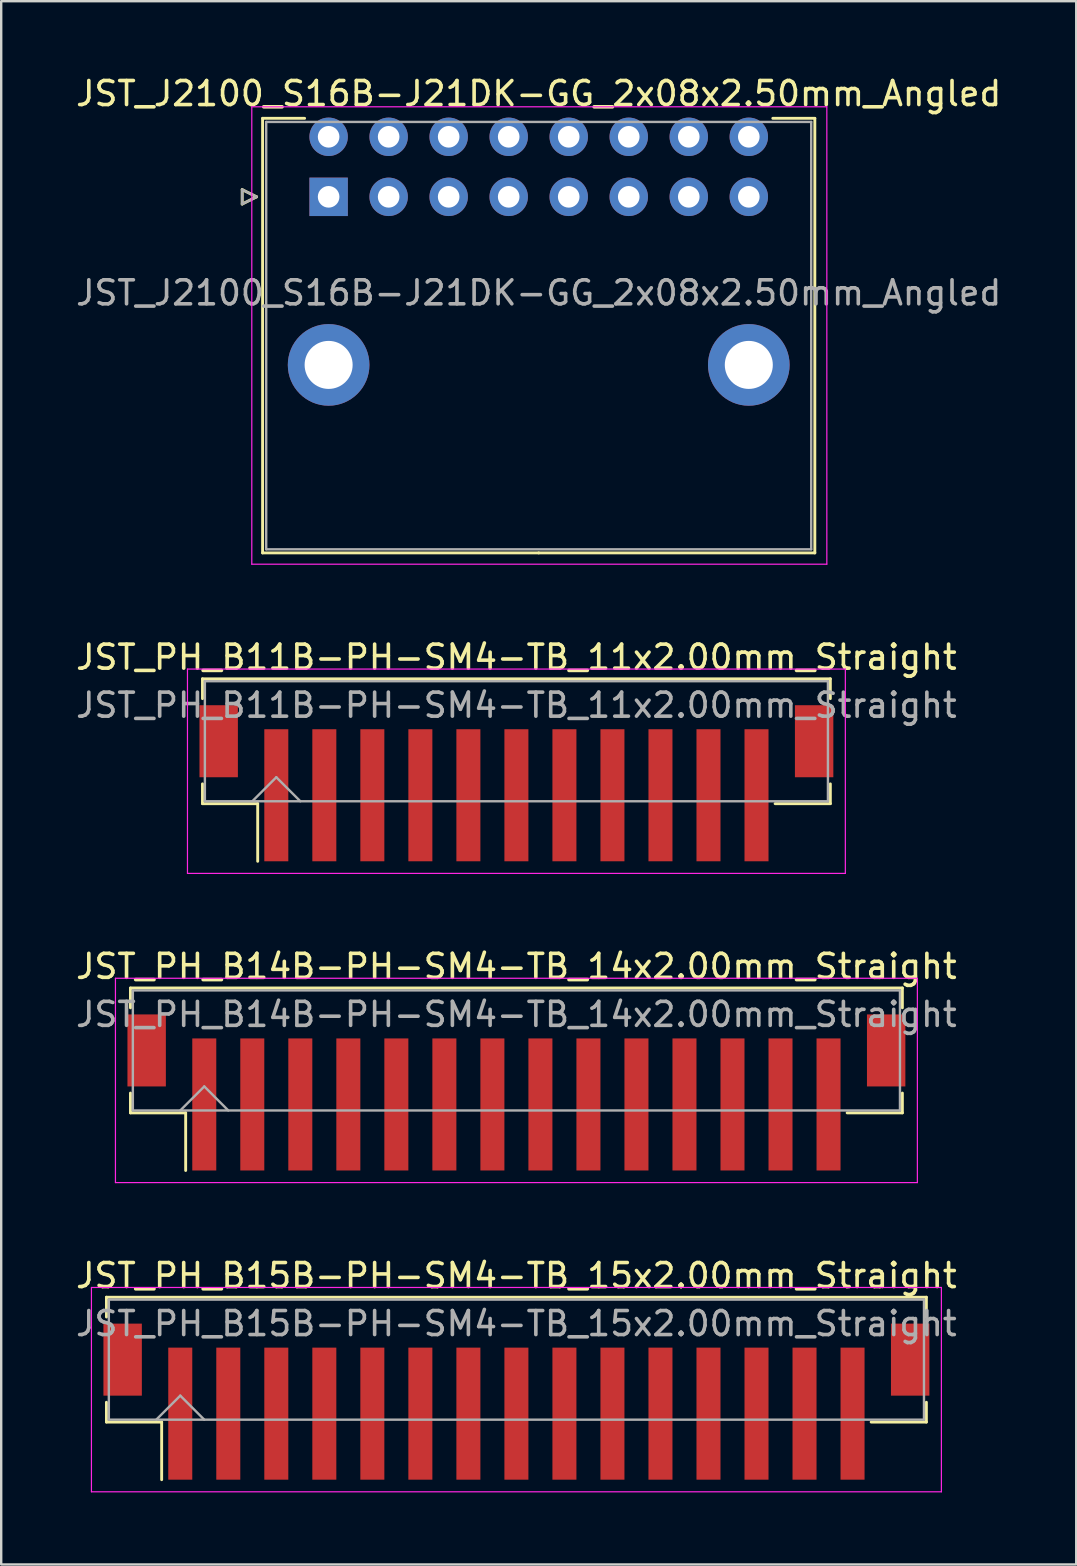
<source format=kicad_pcb>
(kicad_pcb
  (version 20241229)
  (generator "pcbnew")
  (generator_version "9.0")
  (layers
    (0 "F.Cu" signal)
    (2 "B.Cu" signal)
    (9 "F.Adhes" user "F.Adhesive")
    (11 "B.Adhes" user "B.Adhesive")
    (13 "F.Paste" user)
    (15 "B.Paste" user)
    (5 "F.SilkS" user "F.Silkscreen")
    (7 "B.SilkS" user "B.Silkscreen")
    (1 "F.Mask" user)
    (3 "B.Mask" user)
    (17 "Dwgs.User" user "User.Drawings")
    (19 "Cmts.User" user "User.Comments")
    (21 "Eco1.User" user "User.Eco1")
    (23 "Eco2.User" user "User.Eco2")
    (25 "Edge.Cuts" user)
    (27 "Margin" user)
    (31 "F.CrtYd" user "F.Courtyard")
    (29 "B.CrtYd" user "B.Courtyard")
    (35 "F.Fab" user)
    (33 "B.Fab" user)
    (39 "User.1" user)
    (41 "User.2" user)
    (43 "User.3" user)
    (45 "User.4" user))
  (footprint "JST_PH_B11B-PH-SM4-TB_11x2.00mm_Straight"
    (layer "F.Cu")
    (at 18.458 28.947)
    (property "Reference" "JST_PH_B11B-PH-SM4-TB_11x2.00mm_Straight" (at 0 -4.625 0) (layer "F.SilkS") (effects (font (size 1 1) (thickness 0.15))))
    (attr smd)
    (fp_line (start -13.075 -3.725) (end 13.075 -3.725) (stroke (width 0.12) (type solid)) (layer "F.SilkS"))
    (fp_line (start -13.075 -2.9) (end -13.075 -3.725) (stroke (width 0.12) (type solid)) (layer "F.SilkS"))
    (fp_line (start -13.075 0.65) (end -13.075 1.475) (stroke (width 0.12) (type solid)) (layer "F.SilkS"))
    (fp_line (start -13.075 1.475) (end -10.775 1.475) (stroke (width 0.12) (type solid)) (layer "F.SilkS"))
    (fp_line (start -10.775 1.475) (end -10.775 3.875) (stroke (width 0.12) (type solid)) (layer "F.SilkS"))
    (fp_line (start 13.075 -3.725) (end 13.075 -2.9) (stroke (width 0.12) (type solid)) (layer "F.SilkS"))
    (fp_line (start 13.075 0.65) (end 13.075 1.475) (stroke (width 0.12) (type solid)) (layer "F.SilkS"))
    (fp_line (start 13.075 1.475) (end 10.775 1.475) (stroke (width 0.12) (type solid)) (layer "F.SilkS"))
    (fp_line (start -13.7 -4.13) (end -13.7 4.38) (stroke (width 0.05) (type solid)) (layer "F.CrtYd"))
    (fp_line (start -13.7 4.38) (end 13.7 4.38) (stroke (width 0.05) (type solid)) (layer "F.CrtYd"))
    (fp_line (start 13.7 -4.13) (end -13.7 -4.13) (stroke (width 0.05) (type solid)) (layer "F.CrtYd"))
    (fp_line (start 13.7 4.38) (end 13.7 -4.13) (stroke (width 0.05) (type solid)) (layer "F.CrtYd"))
    (fp_line (start -12.975 -3.625) (end -12.975 1.375) (stroke (width 0.1) (type solid)) (layer "F.Fab"))
    (fp_line (start -12.975 1.375) (end 12.975 1.375) (stroke (width 0.1) (type solid)) (layer "F.Fab"))
    (fp_line (start -11 1.375) (end -10 0.375) (stroke (width 0.1) (type solid)) (layer "F.Fab"))
    (fp_line (start -10 0.375) (end -9 1.375) (stroke (width 0.1) (type solid)) (layer "F.Fab"))
    (fp_line (start 12.975 -3.625) (end -12.975 -3.625) (stroke (width 0.1) (type solid)) (layer "F.Fab"))
    (fp_line (start 12.975 1.375) (end 12.975 -3.625) (stroke (width 0.1) (type solid)) (layer "F.Fab"))
    (fp_text user "${REFERENCE}" (at 0 -2.625 0) (layer "F.Fab") (effects (font (size 1 1) (thickness 0.15))))
    (pad "" smd rect (at -12.4 -1.125) (size 1.6 3) (layers "F.Cu" "F.Mask" "F.Paste"))
    (pad "" smd rect (at 12.4 -1.125) (size 1.6 3) (layers "F.Cu" "F.Mask" "F.Paste"))
    (pad "1" smd rect (at -10 1.125) (size 1 5.5) (layers "F.Cu" "F.Mask" "F.Paste"))
    (pad "2" smd rect (at -8 1.125) (size 1 5.5) (layers "F.Cu" "F.Mask" "F.Paste"))
    (pad "3" smd rect (at -6 1.125) (size 1 5.5) (layers "F.Cu" "F.Mask" "F.Paste"))
    (pad "4" smd rect (at -4 1.125) (size 1 5.5) (layers "F.Cu" "F.Mask" "F.Paste"))
    (pad "5" smd rect (at -2 1.125) (size 1 5.5) (layers "F.Cu" "F.Mask" "F.Paste"))
    (pad "6" smd rect (at 0 1.125) (size 1 5.5) (layers "F.Cu" "F.Mask" "F.Paste"))
    (pad "7" smd rect (at 2 1.125) (size 1 5.5) (layers "F.Cu" "F.Mask" "F.Paste"))
    (pad "8" smd rect (at 4 1.125) (size 1 5.5) (layers "F.Cu" "F.Mask" "F.Paste"))
    (pad "9" smd rect (at 6 1.125) (size 1 5.5) (layers "F.Cu" "F.Mask" "F.Paste"))
    (pad "10" smd rect (at 8 1.125) (size 1 5.5) (layers "F.Cu" "F.Mask" "F.Paste"))
    (pad "11" smd rect (at 10 1.125) (size 1 5.5) (layers "F.Cu" "F.Mask" "F.Paste")))
  (footprint "JST_PH_B15B-PH-SM4-TB_15x2.00mm_Straight"
    (layer "F.Cu")
    (at 18.458 54.703)
    (property "Reference" "JST_PH_B15B-PH-SM4-TB_15x2.00mm_Straight" (at 0 -4.625 0) (layer "F.SilkS") (effects (font (size 1 1) (thickness 0.15))))
    (attr smd)
    (fp_line (start -17.075 -3.725) (end 17.075 -3.725) (stroke (width 0.12) (type solid)) (layer "F.SilkS"))
    (fp_line (start -17.075 -2.9) (end -17.075 -3.725) (stroke (width 0.12) (type solid)) (layer "F.SilkS"))
    (fp_line (start -17.075 0.65) (end -17.075 1.475) (stroke (width 0.12) (type solid)) (layer "F.SilkS"))
    (fp_line (start -17.075 1.475) (end -14.775 1.475) (stroke (width 0.12) (type solid)) (layer "F.SilkS"))
    (fp_line (start -14.775 1.475) (end -14.775 3.875) (stroke (width 0.12) (type solid)) (layer "F.SilkS"))
    (fp_line (start 17.075 -3.725) (end 17.075 -2.9) (stroke (width 0.12) (type solid)) (layer "F.SilkS"))
    (fp_line (start 17.075 0.65) (end 17.075 1.475) (stroke (width 0.12) (type solid)) (layer "F.SilkS"))
    (fp_line (start 17.075 1.475) (end 14.775 1.475) (stroke (width 0.12) (type solid)) (layer "F.SilkS"))
    (fp_line (start -17.7 -4.13) (end -17.7 4.38) (stroke (width 0.05) (type solid)) (layer "F.CrtYd"))
    (fp_line (start -17.7 4.38) (end 17.7 4.38) (stroke (width 0.05) (type solid)) (layer "F.CrtYd"))
    (fp_line (start 17.7 -4.13) (end -17.7 -4.13) (stroke (width 0.05) (type solid)) (layer "F.CrtYd"))
    (fp_line (start 17.7 4.38) (end 17.7 -4.13) (stroke (width 0.05) (type solid)) (layer "F.CrtYd"))
    (fp_line (start -16.975 -3.625) (end -16.975 1.375) (stroke (width 0.1) (type solid)) (layer "F.Fab"))
    (fp_line (start -16.975 1.375) (end 16.975 1.375) (stroke (width 0.1) (type solid)) (layer "F.Fab"))
    (fp_line (start -15 1.375) (end -14 0.375) (stroke (width 0.1) (type solid)) (layer "F.Fab"))
    (fp_line (start -14 0.375) (end -13 1.375) (stroke (width 0.1) (type solid)) (layer "F.Fab"))
    (fp_line (start 16.975 -3.625) (end -16.975 -3.625) (stroke (width 0.1) (type solid)) (layer "F.Fab"))
    (fp_line (start 16.975 1.375) (end 16.975 -3.625) (stroke (width 0.1) (type solid)) (layer "F.Fab"))
    (fp_text user "${REFERENCE}" (at 0 -2.625 0) (layer "F.Fab") (effects (font (size 1 1) (thickness 0.15))))
    (pad "" smd rect (at -16.4 -1.125) (size 1.6 3) (layers "F.Cu" "F.Mask" "F.Paste"))
    (pad "" smd rect (at 16.4 -1.125) (size 1.6 3) (layers "F.Cu" "F.Mask" "F.Paste"))
    (pad "1" smd rect (at -14 1.125) (size 1 5.5) (layers "F.Cu" "F.Mask" "F.Paste"))
    (pad "2" smd rect (at -12 1.125) (size 1 5.5) (layers "F.Cu" "F.Mask" "F.Paste"))
    (pad "3" smd rect (at -10 1.125) (size 1 5.5) (layers "F.Cu" "F.Mask" "F.Paste"))
    (pad "4" smd rect (at -8 1.125) (size 1 5.5) (layers "F.Cu" "F.Mask" "F.Paste"))
    (pad "5" smd rect (at -6 1.125) (size 1 5.5) (layers "F.Cu" "F.Mask" "F.Paste"))
    (pad "6" smd rect (at -4 1.125) (size 1 5.5) (layers "F.Cu" "F.Mask" "F.Paste"))
    (pad "7" smd rect (at -2 1.125) (size 1 5.5) (layers "F.Cu" "F.Mask" "F.Paste"))
    (pad "8" smd rect (at 0 1.125) (size 1 5.5) (layers "F.Cu" "F.Mask" "F.Paste"))
    (pad "9" smd rect (at 2 1.125) (size 1 5.5) (layers "F.Cu" "F.Mask" "F.Paste"))
    (pad "10" smd rect (at 4 1.125) (size 1 5.5) (layers "F.Cu" "F.Mask" "F.Paste"))
    (pad "11" smd rect (at 6 1.125) (size 1 5.5) (layers "F.Cu" "F.Mask" "F.Paste"))
    (pad "12" smd rect (at 8 1.125) (size 1 5.5) (layers "F.Cu" "F.Mask" "F.Paste"))
    (pad "13" smd rect (at 10 1.125) (size 1 5.5) (layers "F.Cu" "F.Mask" "F.Paste"))
    (pad "14" smd rect (at 12 1.125) (size 1 5.5) (layers "F.Cu" "F.Mask" "F.Paste"))
    (pad "15" smd rect (at 14 1.125) (size 1 5.5) (layers "F.Cu" "F.Mask" "F.Paste")))
  (footprint "JST_J2100_S16B-J21DK-GG_2x08x2.50mm_Angled"
    (layer "F.Cu")
    (at 10.637 5.148)
    (property "Reference" "JST_J2100_S16B-J21DK-GG_2x08x2.50mm_Angled" (at 8.75 -4.3 0) (layer "F.SilkS") (effects (font (size 1 1) (thickness 0.15))))
    (attr through_hole)
    (fp_line (start -3.6 -0.3) (end -3 0) (stroke (width 0.12) (type solid)) (layer "F.SilkS"))
    (fp_line (start -3.6 0.3) (end -3.6 -0.3) (stroke (width 0.12) (type solid)) (layer "F.SilkS"))
    (fp_line (start -3 0) (end -3.6 0.3) (stroke (width 0.12) (type solid)) (layer "F.SilkS"))
    (fp_line (start -2.75 -3.27) (end -2.75 14.83) (stroke (width 0.12) (type solid)) (layer "F.SilkS"))
    (fp_line (start -2.75 14.83) (end 8.75 14.83) (stroke (width 0.12) (type solid)) (layer "F.SilkS"))
    (fp_line (start -1 -3.27) (end -2.75 -3.27) (stroke (width 0.12) (type solid)) (layer "F.SilkS"))
    (fp_line (start 18.5 -3.27) (end 20.25 -3.27) (stroke (width 0.12) (type solid)) (layer "F.SilkS"))
    (fp_line (start 20.25 -3.27) (end 20.25 14.83) (stroke (width 0.12) (type solid)) (layer "F.SilkS"))
    (fp_line (start 20.25 14.83) (end 8.75 14.83) (stroke (width 0.12) (type solid)) (layer "F.SilkS"))
    (fp_line (start -3.2 -3.75) (end -3.2 15.3) (stroke (width 0.05) (type solid)) (layer "F.CrtYd"))
    (fp_line (start -3.2 15.3) (end 20.75 15.3) (stroke (width 0.05) (type solid)) (layer "F.CrtYd"))
    (fp_line (start 20.75 -3.75) (end -3.2 -3.75) (stroke (width 0.05) (type solid)) (layer "F.CrtYd"))
    (fp_line (start 20.75 15.3) (end 20.75 -3.75) (stroke (width 0.05) (type solid)) (layer "F.CrtYd"))
    (fp_line (start -3.6 -0.3) (end -3 0) (stroke (width 0.1) (type solid)) (layer "F.Fab"))
    (fp_line (start -3.6 0.3) (end -3.6 -0.3) (stroke (width 0.1) (type solid)) (layer "F.Fab"))
    (fp_line (start -3 0) (end -3.6 0.3) (stroke (width 0.1) (type solid)) (layer "F.Fab"))
    (fp_line (start -2.6 -3.12) (end -2.6 14.68) (stroke (width 0.1) (type solid)) (layer "F.Fab"))
    (fp_line (start -2.6 14.68) (end 20.1 14.68) (stroke (width 0.1) (type solid)) (layer "F.Fab"))
    (fp_line (start 20.1 -3.12) (end -2.6 -3.12) (stroke (width 0.1) (type solid)) (layer "F.Fab"))
    (fp_line (start 20.1 14.68) (end 20.1 -3.12) (stroke (width 0.1) (type solid)) (layer "F.Fab"))
    (fp_text user "${REFERENCE}" (at 8.75 4 0) (layer "F.Fab") (effects (font (size 1 1) (thickness 0.15))))
    (pad "" thru_hole circle (at 0 7) (size 3.4 3.4) (drill 2) (layers "*.Cu" "*.Mask"))
    (pad "" thru_hole circle (at 17.5 7) (size 3.4 3.4) (drill 2) (layers "*.Cu" "*.Mask"))
    (pad "1" thru_hole rect (at 0 0) (size 1.6 1.6) (drill 0.9) (layers "*.Cu" "*.Mask"))
    (pad "2" thru_hole circle (at 0 -2.5) (size 1.6 1.6) (drill 0.9) (layers "*.Cu" "*.Mask"))
    (pad "3" thru_hole circle (at 2.5 0) (size 1.6 1.6) (drill 0.9) (layers "*.Cu" "*.Mask"))
    (pad "4" thru_hole circle (at 2.5 -2.5) (size 1.6 1.6) (drill 0.9) (layers "*.Cu" "*.Mask"))
    (pad "5" thru_hole circle (at 5 0) (size 1.6 1.6) (drill 0.9) (layers "*.Cu" "*.Mask"))
    (pad "6" thru_hole circle (at 5 -2.5) (size 1.6 1.6) (drill 0.9) (layers "*.Cu" "*.Mask"))
    (pad "7" thru_hole circle (at 7.5 0) (size 1.6 1.6) (drill 0.9) (layers "*.Cu" "*.Mask"))
    (pad "8" thru_hole circle (at 7.5 -2.5) (size 1.6 1.6) (drill 0.9) (layers "*.Cu" "*.Mask"))
    (pad "9" thru_hole circle (at 10 0) (size 1.6 1.6) (drill 0.9) (layers "*.Cu" "*.Mask"))
    (pad "10" thru_hole circle (at 10 -2.5) (size 1.6 1.6) (drill 0.9) (layers "*.Cu" "*.Mask"))
    (pad "11" thru_hole circle (at 12.5 0) (size 1.6 1.6) (drill 0.9) (layers "*.Cu" "*.Mask"))
    (pad "12" thru_hole circle (at 12.5 -2.5) (size 1.6 1.6) (drill 0.9) (layers "*.Cu" "*.Mask"))
    (pad "13" thru_hole circle (at 15 0) (size 1.6 1.6) (drill 0.9) (layers "*.Cu" "*.Mask"))
    (pad "14" thru_hole circle (at 15 -2.5) (size 1.6 1.6) (drill 0.9) (layers "*.Cu" "*.Mask"))
    (pad "15" thru_hole circle (at 17.5 0) (size 1.6 1.6) (drill 0.9) (layers "*.Cu" "*.Mask"))
    (pad "16" thru_hole circle (at 17.5 -2.5) (size 1.6 1.6) (drill 0.9) (layers "*.Cu" "*.Mask")))
  (footprint "JST_PH_B14B-PH-SM4-TB_14x2.00mm_Straight"
    (layer "F.Cu")
    (at 18.458 41.825)
    (property "Reference" "JST_PH_B14B-PH-SM4-TB_14x2.00mm_Straight" (at 0 -4.625 0) (layer "F.SilkS") (effects (font (size 1 1) (thickness 0.15))))
    (attr smd)
    (fp_line (start -16.075 -3.725) (end 16.075 -3.725) (stroke (width 0.12) (type solid)) (layer "F.SilkS"))
    (fp_line (start -16.075 -2.9) (end -16.075 -3.725) (stroke (width 0.12) (type solid)) (layer "F.SilkS"))
    (fp_line (start -16.075 0.65) (end -16.075 1.475) (stroke (width 0.12) (type solid)) (layer "F.SilkS"))
    (fp_line (start -16.075 1.475) (end -13.775 1.475) (stroke (width 0.12) (type solid)) (layer "F.SilkS"))
    (fp_line (start -13.775 1.475) (end -13.775 3.875) (stroke (width 0.12) (type solid)) (layer "F.SilkS"))
    (fp_line (start 16.075 -3.725) (end 16.075 -2.9) (stroke (width 0.12) (type solid)) (layer "F.SilkS"))
    (fp_line (start 16.075 0.65) (end 16.075 1.475) (stroke (width 0.12) (type solid)) (layer "F.SilkS"))
    (fp_line (start 16.075 1.475) (end 13.775 1.475) (stroke (width 0.12) (type solid)) (layer "F.SilkS"))
    (fp_line (start -16.7 -4.13) (end -16.7 4.38) (stroke (width 0.05) (type solid)) (layer "F.CrtYd"))
    (fp_line (start -16.7 4.38) (end 16.7 4.38) (stroke (width 0.05) (type solid)) (layer "F.CrtYd"))
    (fp_line (start 16.7 -4.13) (end -16.7 -4.13) (stroke (width 0.05) (type solid)) (layer "F.CrtYd"))
    (fp_line (start 16.7 4.38) (end 16.7 -4.13) (stroke (width 0.05) (type solid)) (layer "F.CrtYd"))
    (fp_line (start -15.975 -3.625) (end -15.975 1.375) (stroke (width 0.1) (type solid)) (layer "F.Fab"))
    (fp_line (start -15.975 1.375) (end 15.975 1.375) (stroke (width 0.1) (type solid)) (layer "F.Fab"))
    (fp_line (start -14 1.375) (end -13 0.375) (stroke (width 0.1) (type solid)) (layer "F.Fab"))
    (fp_line (start -13 0.375) (end -12 1.375) (stroke (width 0.1) (type solid)) (layer "F.Fab"))
    (fp_line (start 15.975 -3.625) (end -15.975 -3.625) (stroke (width 0.1) (type solid)) (layer "F.Fab"))
    (fp_line (start 15.975 1.375) (end 15.975 -3.625) (stroke (width 0.1) (type solid)) (layer "F.Fab"))
    (fp_text user "${REFERENCE}" (at 0 -2.625 0) (layer "F.Fab") (effects (font (size 1 1) (thickness 0.15))))
    (pad "" smd rect (at -15.4 -1.125) (size 1.6 3) (layers "F.Cu" "F.Mask" "F.Paste"))
    (pad "" smd rect (at 15.4 -1.125) (size 1.6 3) (layers "F.Cu" "F.Mask" "F.Paste"))
    (pad "1" smd rect (at -13 1.125) (size 1 5.5) (layers "F.Cu" "F.Mask" "F.Paste"))
    (pad "2" smd rect (at -11 1.125) (size 1 5.5) (layers "F.Cu" "F.Mask" "F.Paste"))
    (pad "3" smd rect (at -9 1.125) (size 1 5.5) (layers "F.Cu" "F.Mask" "F.Paste"))
    (pad "4" smd rect (at -7 1.125) (size 1 5.5) (layers "F.Cu" "F.Mask" "F.Paste"))
    (pad "5" smd rect (at -5 1.125) (size 1 5.5) (layers "F.Cu" "F.Mask" "F.Paste"))
    (pad "6" smd rect (at -3 1.125) (size 1 5.5) (layers "F.Cu" "F.Mask" "F.Paste"))
    (pad "7" smd rect (at -1 1.125) (size 1 5.5) (layers "F.Cu" "F.Mask" "F.Paste"))
    (pad "8" smd rect (at 1 1.125) (size 1 5.5) (layers "F.Cu" "F.Mask" "F.Paste"))
    (pad "9" smd rect (at 3 1.125) (size 1 5.5) (layers "F.Cu" "F.Mask" "F.Paste"))
    (pad "10" smd rect (at 5 1.125) (size 1 5.5) (layers "F.Cu" "F.Mask" "F.Paste"))
    (pad "11" smd rect (at 7 1.125) (size 1 5.5) (layers "F.Cu" "F.Mask" "F.Paste"))
    (pad "12" smd rect (at 9 1.125) (size 1 5.5) (layers "F.Cu" "F.Mask" "F.Paste"))
    (pad "13" smd rect (at 11 1.125) (size 1 5.5) (layers "F.Cu" "F.Mask" "F.Paste"))
    (pad "14" smd rect (at 13 1.125) (size 1 5.5) (layers "F.Cu" "F.Mask" "F.Paste")))
  (gr_rect
    (start -3 -3)
    (end 41.774 62.108)
    (stroke (width 0.1) (type default))
    (fill no)
    (layer "Edge.Cuts")))
</source>
